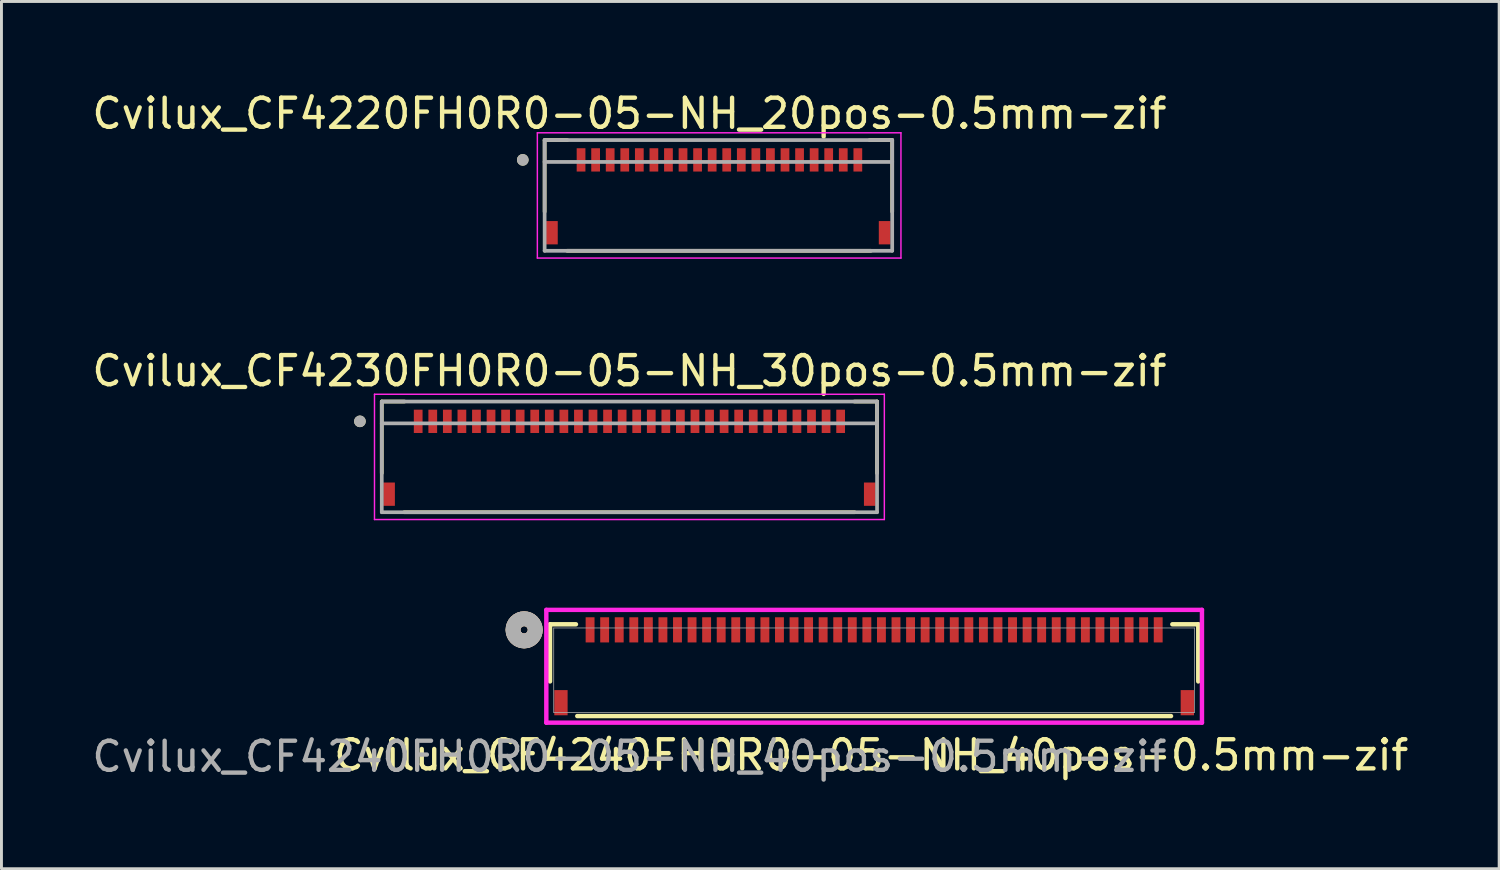
<source format=kicad_pcb>
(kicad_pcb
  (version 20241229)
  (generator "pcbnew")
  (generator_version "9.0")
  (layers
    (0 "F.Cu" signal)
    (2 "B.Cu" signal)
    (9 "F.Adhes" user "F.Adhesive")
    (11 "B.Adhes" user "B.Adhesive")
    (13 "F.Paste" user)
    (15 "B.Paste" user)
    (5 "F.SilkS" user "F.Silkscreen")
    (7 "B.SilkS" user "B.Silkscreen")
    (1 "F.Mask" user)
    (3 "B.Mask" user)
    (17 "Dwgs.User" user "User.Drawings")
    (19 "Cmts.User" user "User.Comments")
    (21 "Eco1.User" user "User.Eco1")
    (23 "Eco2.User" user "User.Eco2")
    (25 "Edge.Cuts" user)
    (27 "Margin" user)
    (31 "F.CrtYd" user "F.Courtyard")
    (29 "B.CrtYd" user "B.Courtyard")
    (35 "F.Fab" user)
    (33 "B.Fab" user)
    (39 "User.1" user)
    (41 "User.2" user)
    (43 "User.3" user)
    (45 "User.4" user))
  (footprint "Cvilux_CF4220FH0R0-05-NH_20pos-0.5mm-zif"
    (layer "F.Cu")
    (at 24.144 3.658)
    (property "Reference" "Cvilux_CF4220FH0R0-05-NH_20pos-0.5mm-zif" (at -5.59 -2.81 0) (layer "F.SilkS") (effects (font (size 1 1) (thickness 0.15))))
    (attr smd)
    (fp_line (start -8.5 -1.9) (end -8.5 0.56) (stroke (width 0.127) (type solid)) (layer "F.SilkS"))
    (fp_line (start -8.5 -1.9) (end -7.72 -1.9) (stroke (width 0.127) (type solid)) (layer "F.SilkS"))
    (fp_line (start -7.73 1.9) (end 2.7 1.9) (stroke (width 0.127) (type solid)) (layer "F.SilkS"))
    (fp_line (start 2.65 -1.9) (end 3.43 -1.9) (stroke (width 0.127) (type solid)) (layer "F.SilkS"))
    (fp_line (start 3.43 0.56) (end 3.43 -1.9) (stroke (width 0.127) (type solid)) (layer "F.SilkS"))
    (fp_circle (center -9.25 -1.22) (end -9.15 -1.22) (stroke (width 0.2) (type solid)) (fill no) (layer "F.SilkS"))
    (fp_line (start -8.75 -2.15) (end -8.75 2.15) (stroke (width 0.05) (type solid)) (layer "F.CrtYd"))
    (fp_line (start -8.75 2.15) (end 3.73 2.15) (stroke (width 0.05) (type solid)) (layer "F.CrtYd"))
    (fp_line (start 3.73 -2.15) (end -8.75 -2.15) (stroke (width 0.05) (type solid)) (layer "F.CrtYd"))
    (fp_line (start 3.73 2.15) (end 3.73 -2.15) (stroke (width 0.05) (type solid)) (layer "F.CrtYd"))
    (fp_line (start -8.5 -1.9) (end 3.43 -1.9) (stroke (width 0.127) (type solid)) (layer "F.Fab"))
    (fp_line (start -8.5 -1.15) (end -8.5 -1.9) (stroke (width 0.127) (type solid)) (layer "F.Fab"))
    (fp_line (start -8.5 -1.15) (end -8.5 1.9) (stroke (width 0.127) (type solid)) (layer "F.Fab"))
    (fp_line (start -8.5 1.9) (end 3.43 1.9) (stroke (width 0.127) (type solid)) (layer "F.Fab"))
    (fp_line (start 3.43 -1.9) (end 3.43 -1.15) (stroke (width 0.127) (type solid)) (layer "F.Fab"))
    (fp_line (start 3.43 -1.15) (end -8.5 -1.15) (stroke (width 0.127) (type solid)) (layer "F.Fab"))
    (fp_line (start 3.43 1.9) (end 3.43 -1.15) (stroke (width 0.127) (type solid)) (layer "F.Fab"))
    (fp_circle (center -9.25 -1.22) (end -9.15 -1.22) (stroke (width 0.2) (type solid)) (fill no) (layer "F.Fab"))
    (pad "1" smd rect (at -7.25 -1.22) (size 0.3 0.8) (layers "F.Cu" "F.Mask" "F.Paste"))
    (pad "2" smd rect (at -6.75 -1.22) (size 0.3 0.8) (layers "F.Cu" "F.Mask" "F.Paste"))
    (pad "3" smd rect (at -6.25 -1.22) (size 0.3 0.8) (layers "F.Cu" "F.Mask" "F.Paste"))
    (pad "4" smd rect (at -5.75 -1.22) (size 0.3 0.8) (layers "F.Cu" "F.Mask" "F.Paste"))
    (pad "5" smd rect (at -5.25 -1.22) (size 0.3 0.8) (layers "F.Cu" "F.Mask" "F.Paste"))
    (pad "6" smd rect (at -4.75 -1.22) (size 0.3 0.8) (layers "F.Cu" "F.Mask" "F.Paste"))
    (pad "7" smd rect (at -4.25 -1.22) (size 0.3 0.8) (layers "F.Cu" "F.Mask" "F.Paste"))
    (pad "8" smd rect (at -3.75 -1.22) (size 0.3 0.8) (layers "F.Cu" "F.Mask" "F.Paste"))
    (pad "9" smd rect (at -3.25 -1.22) (size 0.3 0.8) (layers "F.Cu" "F.Mask" "F.Paste"))
    (pad "10" smd rect (at -2.75 -1.22) (size 0.3 0.8) (layers "F.Cu" "F.Mask" "F.Paste"))
    (pad "11" smd rect (at -2.25 -1.22) (size 0.3 0.8) (layers "F.Cu" "F.Mask" "F.Paste"))
    (pad "12" smd rect (at -1.75 -1.22) (size 0.3 0.8) (layers "F.Cu" "F.Mask" "F.Paste"))
    (pad "13" smd rect (at -1.25 -1.22) (size 0.3 0.8) (layers "F.Cu" "F.Mask" "F.Paste"))
    (pad "14" smd rect (at -0.75 -1.22) (size 0.3 0.8) (layers "F.Cu" "F.Mask" "F.Paste"))
    (pad "15" smd rect (at -0.25 -1.22) (size 0.3 0.8) (layers "F.Cu" "F.Mask" "F.Paste"))
    (pad "16" smd rect (at 0.25 -1.22) (size 0.3 0.8) (layers "F.Cu" "F.Mask" "F.Paste"))
    (pad "17" smd rect (at 0.75 -1.22) (size 0.3 0.8) (layers "F.Cu" "F.Mask" "F.Paste"))
    (pad "18" smd rect (at 1.25 -1.22) (size 0.3 0.8) (layers "F.Cu" "F.Mask" "F.Paste"))
    (pad "19" smd rect (at 1.75 -1.22) (size 0.3 0.8) (layers "F.Cu" "F.Mask" "F.Paste"))
    (pad "20" smd rect (at 2.25 -1.22) (size 0.3 0.8) (layers "F.Cu" "F.Mask" "F.Paste"))
    (pad "SH1" smd rect (at -8.25 1.28) (size 0.4 0.8) (layers "F.Cu" "F.Mask" "F.Paste"))
    (pad "SH2" smd rect (at 3.17 1.28) (size 0.4 0.8) (layers "F.Cu" "F.Mask" "F.Paste")))
  (footprint "Cvilux_CF4240FH0R0-05-NH_40pos-0.5mm-zif"
    (layer "F.Cu")
    (at 17.204 18.569)
    (property "Reference" "Cvilux_CF4240FH0R0-05-NH_40pos-0.5mm-zif" (at 9.65 4.3 0) (unlocked yes) (layer "F.SilkS") (effects (font (size 1 1) (thickness 0.15))))
    (attr smd)
    (fp_line (start -1.375 -0.191) (end -1.375 1.77) (stroke (width 0.152) (type solid)) (layer "F.SilkS"))
    (fp_line (start -0.485 -0.191) (end -1.375 -0.191) (stroke (width 0.152) (type solid)) (layer "F.SilkS"))
    (fp_line (start -0.44 2.959) (end 19.94 2.959) (stroke (width 0.152) (type solid)) (layer "F.SilkS"))
    (fp_line (start 20.875 -0.191) (end 19.985 -0.191) (stroke (width 0.152) (type solid)) (layer "F.SilkS"))
    (fp_line (start 20.875 1.77) (end 20.875 -0.191) (stroke (width 0.152) (type solid)) (layer "F.SilkS"))
    (fp_circle (center -2.264 0) (end -1.883 0) (stroke (width 0.508) (type solid)) (fill no) (layer "F.SilkS"))
    (fp_circle (center -2.264 0) (end -1.883 0) (stroke (width 0.508) (type solid)) (fill no) (layer "B.SilkS"))
    (fp_line (start -1.502 -0.686) (end -1.502 3.186) (stroke (width 0.152) (type solid)) (layer "F.CrtYd"))
    (fp_line (start -1.502 3.186) (end 21.002 3.186) (stroke (width 0.152) (type solid)) (layer "F.CrtYd"))
    (fp_line (start 21.002 -0.686) (end -1.502 -0.686) (stroke (width 0.152) (type solid)) (layer "F.CrtYd"))
    (fp_line (start 21.002 3.186) (end 21.002 -0.686) (stroke (width 0.152) (type solid)) (layer "F.CrtYd"))
    (fp_line (start -1.248 -0.064) (end -1.248 2.832) (stroke (width 0.025) (type solid)) (layer "F.Fab"))
    (fp_line (start -1.248 2.832) (end 20.748 2.832) (stroke (width 0.025) (type solid)) (layer "F.Fab"))
    (fp_line (start 20.748 -0.064) (end -1.248 -0.064) (stroke (width 0.025) (type solid)) (layer "F.Fab"))
    (fp_line (start 20.748 2.832) (end 20.748 -0.064) (stroke (width 0.025) (type solid)) (layer "F.Fab"))
    (fp_circle (center -2.264 0) (end -1.883 0) (stroke (width 0.508) (type solid)) (fill no) (layer "F.Fab"))
    (fp_text user "${REFERENCE}" (at 1.35 4.35 0) (unlocked yes) (layer "F.Fab") (effects (font (size 1 1) (thickness 0.15))))
    (pad "" smd rect (at -1 2.5) (size 0.457 0.864) (layers "F.Cu" "F.Mask" "F.Paste"))
    (pad "" smd rect (at 20.5 2.5) (size 0.457 0.864) (layers "F.Cu" "F.Mask" "F.Paste"))
    (pad "1" smd rect (at 0 0) (size 0.305 0.864) (layers "F.Cu" "F.Mask" "F.Paste"))
    (pad "2" smd rect (at 0.5 0) (size 0.305 0.864) (layers "F.Cu" "F.Mask" "F.Paste"))
    (pad "3" smd rect (at 1 0) (size 0.305 0.864) (layers "F.Cu" "F.Mask" "F.Paste"))
    (pad "4" smd rect (at 1.5 0) (size 0.305 0.864) (layers "F.Cu" "F.Mask" "F.Paste"))
    (pad "5" smd rect (at 2 0) (size 0.305 0.864) (layers "F.Cu" "F.Mask" "F.Paste"))
    (pad "6" smd rect (at 2.5 0) (size 0.305 0.864) (layers "F.Cu" "F.Mask" "F.Paste"))
    (pad "7" smd rect (at 3 0) (size 0.305 0.864) (layers "F.Cu" "F.Mask" "F.Paste"))
    (pad "8" smd rect (at 3.5 0) (size 0.305 0.864) (layers "F.Cu" "F.Mask" "F.Paste"))
    (pad "9" smd rect (at 4 0) (size 0.305 0.864) (layers "F.Cu" "F.Mask" "F.Paste"))
    (pad "10" smd rect (at 4.5 0) (size 0.305 0.864) (layers "F.Cu" "F.Mask" "F.Paste"))
    (pad "11" smd rect (at 5 0) (size 0.305 0.864) (layers "F.Cu" "F.Mask" "F.Paste"))
    (pad "12" smd rect (at 5.5 0) (size 0.305 0.864) (layers "F.Cu" "F.Mask" "F.Paste"))
    (pad "13" smd rect (at 6 0) (size 0.305 0.864) (layers "F.Cu" "F.Mask" "F.Paste"))
    (pad "14" smd rect (at 6.5 0) (size 0.305 0.864) (layers "F.Cu" "F.Mask" "F.Paste"))
    (pad "15" smd rect (at 7 0) (size 0.305 0.864) (layers "F.Cu" "F.Mask" "F.Paste"))
    (pad "16" smd rect (at 7.5 0) (size 0.305 0.864) (layers "F.Cu" "F.Mask" "F.Paste"))
    (pad "17" smd rect (at 8 0) (size 0.305 0.864) (layers "F.Cu" "F.Mask" "F.Paste"))
    (pad "18" smd rect (at 8.5 0) (size 0.305 0.864) (layers "F.Cu" "F.Mask" "F.Paste"))
    (pad "19" smd rect (at 9 0) (size 0.305 0.864) (layers "F.Cu" "F.Mask" "F.Paste"))
    (pad "20" smd rect (at 9.5 0) (size 0.305 0.864) (layers "F.Cu" "F.Mask" "F.Paste"))
    (pad "21" smd rect (at 10 0) (size 0.305 0.864) (layers "F.Cu" "F.Mask" "F.Paste"))
    (pad "22" smd rect (at 10.5 0) (size 0.305 0.864) (layers "F.Cu" "F.Mask" "F.Paste"))
    (pad "23" smd rect (at 11 0) (size 0.305 0.864) (layers "F.Cu" "F.Mask" "F.Paste"))
    (pad "24" smd rect (at 11.5 0) (size 0.305 0.864) (layers "F.Cu" "F.Mask" "F.Paste"))
    (pad "25" smd rect (at 12 0) (size 0.305 0.864) (layers "F.Cu" "F.Mask" "F.Paste"))
    (pad "26" smd rect (at 12.5 0) (size 0.305 0.864) (layers "F.Cu" "F.Mask" "F.Paste"))
    (pad "27" smd rect (at 13 0) (size 0.305 0.864) (layers "F.Cu" "F.Mask" "F.Paste"))
    (pad "28" smd rect (at 13.5 0) (size 0.305 0.864) (layers "F.Cu" "F.Mask" "F.Paste"))
    (pad "29" smd rect (at 14 0) (size 0.305 0.864) (layers "F.Cu" "F.Mask" "F.Paste"))
    (pad "30" smd rect (at 14.5 0) (size 0.305 0.864) (layers "F.Cu" "F.Mask" "F.Paste"))
    (pad "31" smd rect (at 15 0) (size 0.305 0.864) (layers "F.Cu" "F.Mask" "F.Paste"))
    (pad "32" smd rect (at 15.5 0) (size 0.305 0.864) (layers "F.Cu" "F.Mask" "F.Paste"))
    (pad "33" smd rect (at 16 0) (size 0.305 0.864) (layers "F.Cu" "F.Mask" "F.Paste"))
    (pad "34" smd rect (at 16.5 0) (size 0.305 0.864) (layers "F.Cu" "F.Mask" "F.Paste"))
    (pad "35" smd rect (at 17 0) (size 0.305 0.864) (layers "F.Cu" "F.Mask" "F.Paste"))
    (pad "36" smd rect (at 17.5 0) (size 0.305 0.864) (layers "F.Cu" "F.Mask" "F.Paste"))
    (pad "37" smd rect (at 18 0) (size 0.305 0.864) (layers "F.Cu" "F.Mask" "F.Paste"))
    (pad "38" smd rect (at 18.5 0) (size 0.305 0.864) (layers "F.Cu" "F.Mask" "F.Paste"))
    (pad "39" smd rect (at 19 0) (size 0.305 0.864) (layers "F.Cu" "F.Mask" "F.Paste"))
    (pad "40" smd rect (at 19.5 0) (size 0.305 0.864) (layers "F.Cu" "F.Mask" "F.Paste")))
  (footprint "Cvilux_CF4230FH0R0-05-NH_30pos-0.5mm-zif"
    (layer "F.Cu")
    (at 18.554 12.632)
    (property "Reference" "Cvilux_CF4230FH0R0-05-NH_30pos-0.5mm-zif" (at 0 -2.95 0) (layer "F.SilkS") (effects (font (size 1 1) (thickness 0.15))))
    (attr smd)
    (fp_line (start -8.5 -1.9) (end -8.5 0.56) (stroke (width 0.127) (type solid)) (layer "F.SilkS"))
    (fp_line (start -8.5 -1.9) (end -7.72 -1.9) (stroke (width 0.127) (type solid)) (layer "F.SilkS"))
    (fp_line (start -7.73 1.9) (end 7.73 1.9) (stroke (width 0.127) (type solid)) (layer "F.SilkS"))
    (fp_line (start 7.72 -1.9) (end 8.5 -1.9) (stroke (width 0.127) (type solid)) (layer "F.SilkS"))
    (fp_line (start 8.5 0.56) (end 8.5 -1.9) (stroke (width 0.127) (type solid)) (layer "F.SilkS"))
    (fp_circle (center -9.25 -1.22) (end -9.15 -1.22) (stroke (width 0.2) (type solid)) (fill no) (layer "F.SilkS"))
    (fp_line (start -8.75 -2.15) (end -8.75 2.15) (stroke (width 0.05) (type solid)) (layer "F.CrtYd"))
    (fp_line (start -8.75 2.15) (end 8.75 2.15) (stroke (width 0.05) (type solid)) (layer "F.CrtYd"))
    (fp_line (start 8.75 -2.15) (end -8.75 -2.15) (stroke (width 0.05) (type solid)) (layer "F.CrtYd"))
    (fp_line (start 8.75 2.15) (end 8.75 -2.15) (stroke (width 0.05) (type solid)) (layer "F.CrtYd"))
    (fp_line (start -8.5 -1.9) (end 8.5 -1.9) (stroke (width 0.127) (type solid)) (layer "F.Fab"))
    (fp_line (start -8.5 -1.15) (end -8.5 -1.9) (stroke (width 0.127) (type solid)) (layer "F.Fab"))
    (fp_line (start -8.5 -1.15) (end -8.5 1.9) (stroke (width 0.127) (type solid)) (layer "F.Fab"))
    (fp_line (start -8.5 1.9) (end 8.5 1.9) (stroke (width 0.127) (type solid)) (layer "F.Fab"))
    (fp_line (start 8.5 -1.9) (end 8.5 -1.15) (stroke (width 0.127) (type solid)) (layer "F.Fab"))
    (fp_line (start 8.5 -1.15) (end -8.5 -1.15) (stroke (width 0.127) (type solid)) (layer "F.Fab"))
    (fp_line (start 8.5 1.9) (end 8.5 -1.15) (stroke (width 0.127) (type solid)) (layer "F.Fab"))
    (fp_circle (center -9.25 -1.22) (end -9.15 -1.22) (stroke (width 0.2) (type solid)) (fill no) (layer "F.Fab"))
    (pad "1" smd rect (at -7.25 -1.22) (size 0.3 0.8) (layers "F.Cu" "F.Mask" "F.Paste"))
    (pad "2" smd rect (at -6.75 -1.22) (size 0.3 0.8) (layers "F.Cu" "F.Mask" "F.Paste"))
    (pad "3" smd rect (at -6.25 -1.22) (size 0.3 0.8) (layers "F.Cu" "F.Mask" "F.Paste"))
    (pad "4" smd rect (at -5.75 -1.22) (size 0.3 0.8) (layers "F.Cu" "F.Mask" "F.Paste"))
    (pad "5" smd rect (at -5.25 -1.22) (size 0.3 0.8) (layers "F.Cu" "F.Mask" "F.Paste"))
    (pad "6" smd rect (at -4.75 -1.22) (size 0.3 0.8) (layers "F.Cu" "F.Mask" "F.Paste"))
    (pad "7" smd rect (at -4.25 -1.22) (size 0.3 0.8) (layers "F.Cu" "F.Mask" "F.Paste"))
    (pad "8" smd rect (at -3.75 -1.22) (size 0.3 0.8) (layers "F.Cu" "F.Mask" "F.Paste"))
    (pad "9" smd rect (at -3.25 -1.22) (size 0.3 0.8) (layers "F.Cu" "F.Mask" "F.Paste"))
    (pad "10" smd rect (at -2.75 -1.22) (size 0.3 0.8) (layers "F.Cu" "F.Mask" "F.Paste"))
    (pad "11" smd rect (at -2.25 -1.22) (size 0.3 0.8) (layers "F.Cu" "F.Mask" "F.Paste"))
    (pad "12" smd rect (at -1.75 -1.22) (size 0.3 0.8) (layers "F.Cu" "F.Mask" "F.Paste"))
    (pad "13" smd rect (at -1.25 -1.22) (size 0.3 0.8) (layers "F.Cu" "F.Mask" "F.Paste"))
    (pad "14" smd rect (at -0.75 -1.22) (size 0.3 0.8) (layers "F.Cu" "F.Mask" "F.Paste"))
    (pad "15" smd rect (at -0.25 -1.22) (size 0.3 0.8) (layers "F.Cu" "F.Mask" "F.Paste"))
    (pad "16" smd rect (at 0.25 -1.22) (size 0.3 0.8) (layers "F.Cu" "F.Mask" "F.Paste"))
    (pad "17" smd rect (at 0.75 -1.22) (size 0.3 0.8) (layers "F.Cu" "F.Mask" "F.Paste"))
    (pad "18" smd rect (at 1.25 -1.22) (size 0.3 0.8) (layers "F.Cu" "F.Mask" "F.Paste"))
    (pad "19" smd rect (at 1.75 -1.22) (size 0.3 0.8) (layers "F.Cu" "F.Mask" "F.Paste"))
    (pad "20" smd rect (at 2.25 -1.22) (size 0.3 0.8) (layers "F.Cu" "F.Mask" "F.Paste"))
    (pad "21" smd rect (at 2.75 -1.22) (size 0.3 0.8) (layers "F.Cu" "F.Mask" "F.Paste"))
    (pad "22" smd rect (at 3.25 -1.22) (size 0.3 0.8) (layers "F.Cu" "F.Mask" "F.Paste"))
    (pad "23" smd rect (at 3.75 -1.22) (size 0.3 0.8) (layers "F.Cu" "F.Mask" "F.Paste"))
    (pad "24" smd rect (at 4.25 -1.22) (size 0.3 0.8) (layers "F.Cu" "F.Mask" "F.Paste"))
    (pad "25" smd rect (at 4.75 -1.22) (size 0.3 0.8) (layers "F.Cu" "F.Mask" "F.Paste"))
    (pad "26" smd rect (at 5.25 -1.22) (size 0.3 0.8) (layers "F.Cu" "F.Mask" "F.Paste"))
    (pad "27" smd rect (at 5.75 -1.22) (size 0.3 0.8) (layers "F.Cu" "F.Mask" "F.Paste"))
    (pad "28" smd rect (at 6.25 -1.22) (size 0.3 0.8) (layers "F.Cu" "F.Mask" "F.Paste"))
    (pad "29" smd rect (at 6.75 -1.22) (size 0.3 0.8) (layers "F.Cu" "F.Mask" "F.Paste"))
    (pad "30" smd rect (at 7.25 -1.22) (size 0.3 0.8) (layers "F.Cu" "F.Mask" "F.Paste"))
    (pad "SH1" smd rect (at -8.25 1.28) (size 0.4 0.8) (layers "F.Cu" "F.Mask" "F.Paste"))
    (pad "SH2" smd rect (at 8.25 1.28) (size 0.4 0.8) (layers "F.Cu" "F.Mask" "F.Paste")))
  (gr_rect
    (start -3 -3)
    (end 48.407 26.767)
    (stroke (width 0.1) (type default))
    (fill no)
    (layer "Edge.Cuts")))
</source>
